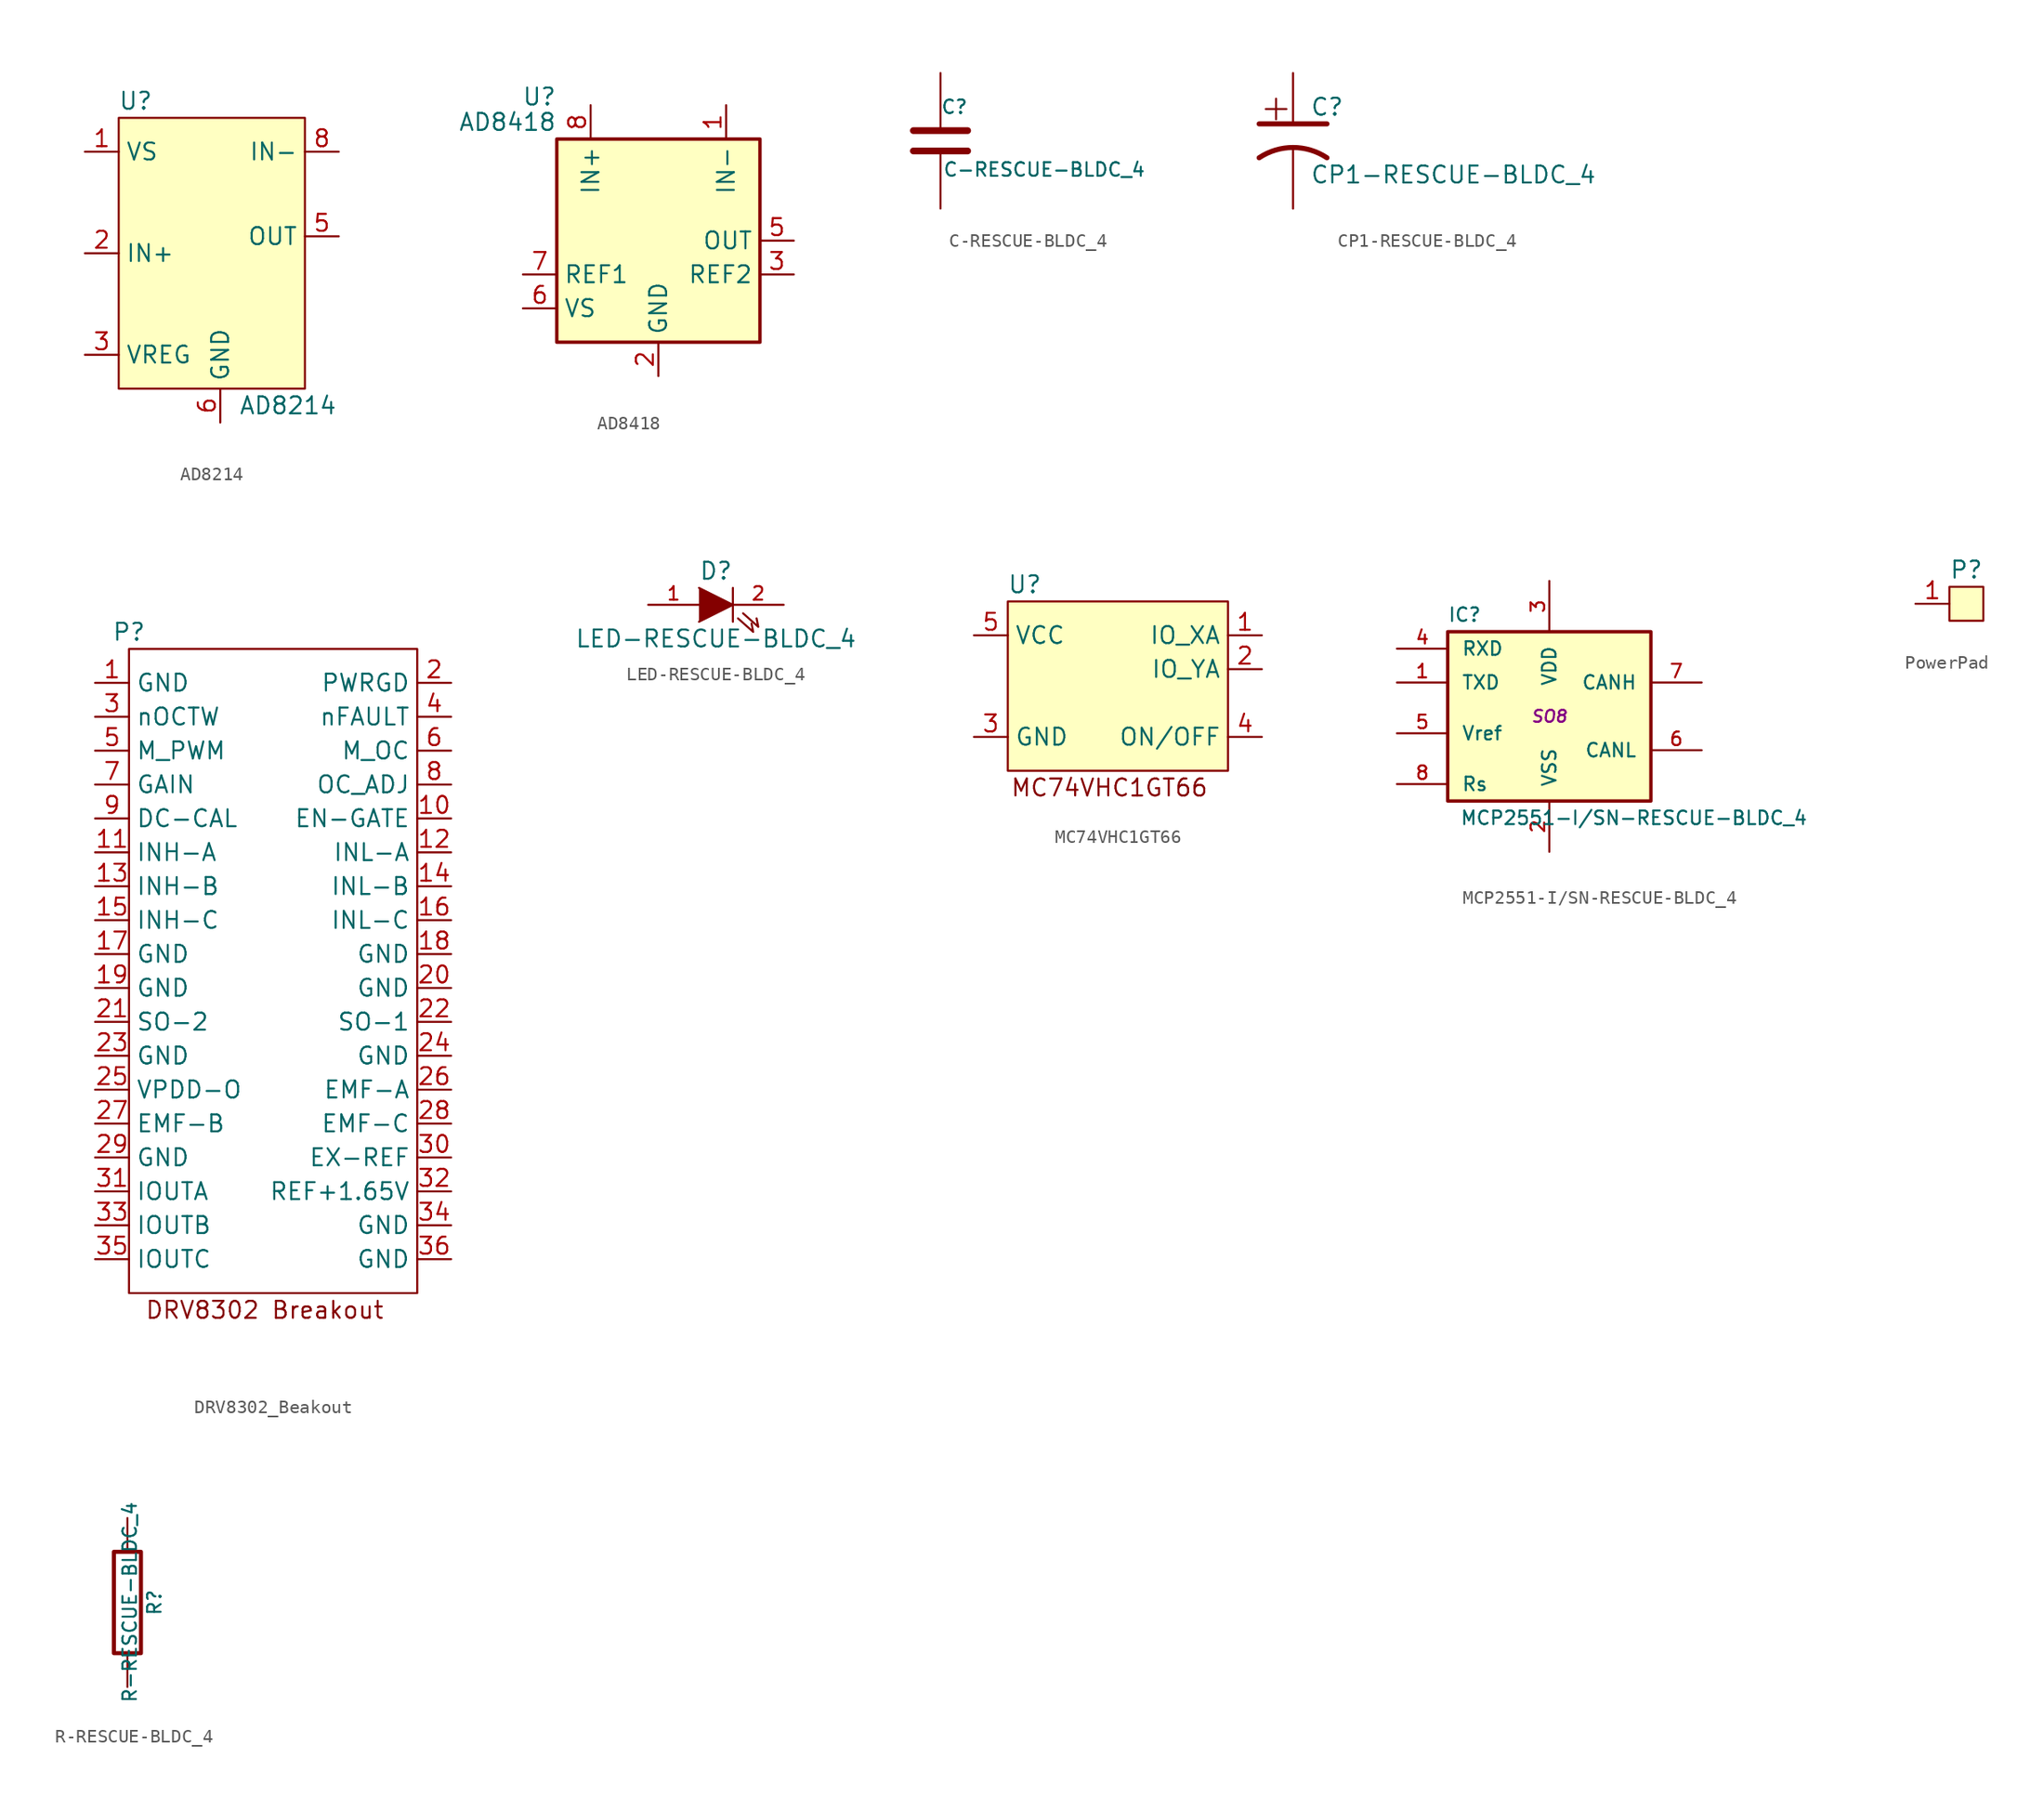
<source format=kicad_sym>
(kicad_symbol_lib
  (version 20220914)
  (generator kicad_symbol_editor)
  (symbol "AD8214"
    (property "Reference" "U"
      (at -5.08 11.43 0)
      (effects (font (size 1.27 1.27))))
    (property "Value" "AD8214"
      (at 6.35 -11.43 0)
      (effects (font (size 1.27 1.27))))
    (symbol "AD8214_1_1"
      (rectangle (start -6.35 10.16) (end 7.62 -10.16) (stroke (width 0) (type default)) (fill (type background)))
      (pin power_in line (at -8.89 7.62 0) (length 2.54) (name "VS" (effects (font (size 1.27 1.27)))) (number "1" (effects (font (size 1.27 1.27)))))
      (pin input line (at -8.89 0 0) (length 2.54) (name "IN+" (effects (font (size 1.27 1.27)))) (number "2" (effects (font (size 1.27 1.27)))))
      (pin input line (at -8.89 -7.62 0) (length 2.54) (name "VREG" (effects (font (size 1.27 1.27)))) (number "3" (effects (font (size 1.27 1.27)))))
      (pin no_connect line (at 10.16 -3.81 180) (length 2.54) hide (name "NC" (effects (font (size 1.27 1.27)))) (number "4" (effects (font (size 1.27 1.27)))))
      (pin input line (at 10.16 1.27 180) (length 2.54) (name "OUT" (effects (font (size 1.27 1.27)))) (number "5" (effects (font (size 1.27 1.27)))))
      (pin power_out line (at 1.27 -12.7 90) (length 2.54) (name "GND" (effects (font (size 1.27 1.27)))) (number "6" (effects (font (size 1.27 1.27)))))
      (pin no_connect line (at 10.16 -6.35 180) (length 2.54) hide (name "NC" (effects (font (size 1.27 1.27)))) (number "7" (effects (font (size 1.27 1.27)))))
      (pin input line (at 10.16 7.62 180) (length 2.54) (name "IN-" (effects (font (size 1.27 1.27)))) (number "8" (effects (font (size 1.27 1.27)))))))
  (symbol "AD8418"
    (property "Reference" "U"
      (at -7.62 10.795 0)
      (effects (font (size 1.27 1.27)) (justify right)))
    (property "Value" "AD8418"
      (at -7.62 8.89 0)
      (effects (font (size 1.27 1.27)) (justify right)))
    (symbol "AD8418_0_1"
      (rectangle (start -7.62 7.62) (end 7.62 -7.62) (stroke (width 0.254) (type default)) (fill (type background))))
    (symbol "AD8418_1_1"
      (pin input line (at 5.08 10.16 270) (length 2.54) (name "IN-" (effects (font (size 1.27 1.27)))) (number "1" (effects (font (size 1.27 1.27)))))
      (pin power_in line (at 0 -10.16 90) (length 2.54) (name "GND" (effects (font (size 1.27 1.27)))) (number "2" (effects (font (size 1.27 1.27)))))
      (pin input line (at 10.16 -2.54 180) (length 2.54) (name "REF2" (effects (font (size 1.27 1.27)))) (number "3" (effects (font (size 1.27 1.27)))))
      (pin no_connect line (at 2.54 -7.62 90) (length 2.54) hide (name "NC" (effects (font (size 1.27 1.27)))) (number "4" (effects (font (size 1.27 1.27)))))
      (pin output line (at 10.16 0 180) (length 2.54) (name "OUT" (effects (font (size 1.27 1.27)))) (number "5" (effects (font (size 1.27 1.27)))))
      (pin power_in line (at -10.16 -5.08 0) (length 2.54) (name "VS" (effects (font (size 1.27 1.27)))) (number "6" (effects (font (size 1.27 1.27)))))
      (pin input line (at -10.16 -2.54 0) (length 2.54) (name "REF1" (effects (font (size 1.27 1.27)))) (number "7" (effects (font (size 1.27 1.27)))))
      (pin input line (at -5.08 10.16 270) (length 2.54) (name "IN+" (effects (font (size 1.27 1.27)))) (number "8" (effects (font (size 1.27 1.27)))))))
  (symbol "C-RESCUE-BLDC_4"
    (pin_numbers hide)
    (pin_names
      (offset 0.254))
    (property "Reference" "C"
      (at 0 2.54 0)
      (effects (font (size 1.016 1.016)) (justify left)))
    (property "Value" "C-RESCUE-BLDC_4"
      (at 0.152 -2.159 0)
      (effects (font (size 1.016 1.016)) (justify left)))
    (property "Footprint" ""
      (at 0.965 -3.81 0)
      (effects (font (size 0.762 0.762))))
    (property "Datasheet" ""
      (at 0 0 0)
      (effects (font (size 1.524 1.524))))
    (symbol "C-RESCUE-BLDC_4_0_1"
      (polyline (pts (xy -2.032 -0.762) (xy 2.032 -0.762)) (stroke (width 0.508) (type solid)) (fill (type none)))
      (polyline (pts (xy -2.032 0.762) (xy 2.032 0.762)) (stroke (width 0.508) (type solid)) (fill (type none))))
    (symbol "C-RESCUE-BLDC_4_1_1"
      (pin passive line (at 0 5.08 270) (length 4.318) (name "~" (effects (font (size 1.016 1.016)))) (number "1" (effects (font (size 1.016 1.016)))))
      (pin passive line (at 0 -5.08 90) (length 4.318) (name "~" (effects (font (size 1.016 1.016)))) (number "2" (effects (font (size 1.016 1.016)))))))
  (symbol "CP1-RESCUE-BLDC_4"
    (pin_numbers hide)
    (pin_names
      (offset 0.254) hide)
    (property "Reference" "C"
      (at 1.27 2.54 0)
      (effects (font (size 1.27 1.27)) (justify left)))
    (property "Value" "CP1-RESCUE-BLDC_4"
      (at 1.27 -2.54 0)
      (effects (font (size 1.27 1.27)) (justify left)))
    (property "Footprint" ""
      (at 0 0 0)
      (effects (font (size 1.524 1.524))))
    (property "Datasheet" ""
      (at 0 0 0)
      (effects (font (size 1.524 1.524))))
    (symbol "CP1-RESCUE-BLDC_4_0_0"
      (text "+" (at -1.27 2.54 0) (effects (font (size 2.032 2.032)))))
    (symbol "CP1-RESCUE-BLDC_4_0_1"
      (polyline (pts (xy -2.54 1.27) (xy 2.54 1.27) (xy 1.27 1.27) (xy 1.27 1.27)) (stroke (width 0.381) (type solid)) (fill (type none)))
      (arc (start 2.54 -1.27) (mid 0 -0.5009) (end -2.54 -1.27) (stroke (width 0.381) (type solid)) (fill (type none))))
    (symbol "CP1-RESCUE-BLDC_4_1_1"
      (pin passive line (at 0 5.08 270) (length 3.81) (name "~" (effects (font (size 1.016 1.016)))) (number "1" (effects (font (size 1.016 1.016)))))
      (pin passive line (at 0 -5.08 90) (length 4.572) (name "~" (effects (font (size 1.016 1.016)))) (number "2" (effects (font (size 1.016 1.016)))))))
  (symbol "DRV8302_Beakout"
    (property "Reference" "P"
      (at -10.16 25.4 0)
      (effects (font (size 1.27 1.27))))
    (property "Value" ""
      (at -10.16 0 0)
      (effects (font (size 1.27 1.27))))
    (symbol "DRV8302_Beakout_0_1"
      (rectangle (start -10.16 24.13) (end 11.43 -24.13) (stroke (width 0) (type default)) (fill (type none))))
    (symbol "DRV8302_Beakout_1_0"
      (pin bidirectional line (at 13.97 11.43 180) (length 2.54) (name "EN-GATE" (effects (font (size 1.27 1.27)))) (number "10" (effects (font (size 1.27 1.27)))))
      (pin bidirectional line (at -12.7 8.89 0) (length 2.54) (name "INH-A" (effects (font (size 1.27 1.27)))) (number "11" (effects (font (size 1.27 1.27)))))
      (pin bidirectional line (at 13.97 8.89 180) (length 2.54) (name "INL-A" (effects (font (size 1.27 1.27)))) (number "12" (effects (font (size 1.27 1.27)))))
      (pin bidirectional line (at -12.7 6.35 0) (length 2.54) (name "INH-B" (effects (font (size 1.27 1.27)))) (number "13" (effects (font (size 1.27 1.27)))))
      (pin bidirectional line (at 13.97 6.35 180) (length 2.54) (name "INL-B" (effects (font (size 1.27 1.27)))) (number "14" (effects (font (size 1.27 1.27)))))
      (pin bidirectional line (at -12.7 3.81 0) (length 2.54) (name "INH-C" (effects (font (size 1.27 1.27)))) (number "15" (effects (font (size 1.27 1.27)))))
      (pin bidirectional line (at 13.97 3.81 180) (length 2.54) (name "INL-C" (effects (font (size 1.27 1.27)))) (number "16" (effects (font (size 1.27 1.27)))))
      (pin bidirectional line (at -12.7 1.27 0) (length 2.54) (name "GND" (effects (font (size 1.27 1.27)))) (number "17" (effects (font (size 1.27 1.27)))))
      (pin bidirectional line (at 13.97 1.27 180) (length 2.54) (name "GND" (effects (font (size 1.27 1.27)))) (number "18" (effects (font (size 1.27 1.27)))))
      (pin bidirectional line (at -12.7 -1.27 0) (length 2.54) (name "GND" (effects (font (size 1.27 1.27)))) (number "19" (effects (font (size 1.27 1.27)))))
      (pin bidirectional line (at 13.97 -1.27 180) (length 2.54) (name "GND" (effects (font (size 1.27 1.27)))) (number "20" (effects (font (size 1.27 1.27)))))
      (pin bidirectional line (at -12.7 -3.81 0) (length 2.54) (name "SO-2" (effects (font (size 1.27 1.27)))) (number "21" (effects (font (size 1.27 1.27)))))
      (pin bidirectional line (at 13.97 -3.81 180) (length 2.54) (name "SO-1" (effects (font (size 1.27 1.27)))) (number "22" (effects (font (size 1.27 1.27)))))
      (pin bidirectional line (at -12.7 -6.35 0) (length 2.54) (name "GND" (effects (font (size 1.27 1.27)))) (number "23" (effects (font (size 1.27 1.27)))))
      (pin bidirectional line (at 13.97 -6.35 180) (length 2.54) (name "GND" (effects (font (size 1.27 1.27)))) (number "24" (effects (font (size 1.27 1.27)))))
      (pin bidirectional line (at -12.7 -8.89 0) (length 2.54) (name "VPDD-O" (effects (font (size 1.27 1.27)))) (number "25" (effects (font (size 1.27 1.27)))))
      (pin bidirectional line (at 13.97 -8.89 180) (length 2.54) (name "EMF-A" (effects (font (size 1.27 1.27)))) (number "26" (effects (font (size 1.27 1.27)))))
      (pin bidirectional line (at -12.7 -11.43 0) (length 2.54) (name "EMF-B" (effects (font (size 1.27 1.27)))) (number "27" (effects (font (size 1.27 1.27)))))
      (pin bidirectional line (at 13.97 -11.43 180) (length 2.54) (name "EMF-C" (effects (font (size 1.27 1.27)))) (number "28" (effects (font (size 1.27 1.27)))))
      (pin bidirectional line (at -12.7 -13.97 0) (length 2.54) (name "GND" (effects (font (size 1.27 1.27)))) (number "29" (effects (font (size 1.27 1.27)))))
      (pin bidirectional line (at 13.97 -13.97 180) (length 2.54) (name "EX-REF" (effects (font (size 1.27 1.27)))) (number "30" (effects (font (size 1.27 1.27)))))
      (pin bidirectional line (at -12.7 -16.51 0) (length 2.54) (name "IOUTA" (effects (font (size 1.27 1.27)))) (number "31" (effects (font (size 1.27 1.27)))))
      (pin bidirectional line (at 13.97 -16.51 180) (length 2.54) (name "REF+1.65V" (effects (font (size 1.27 1.27)))) (number "32" (effects (font (size 1.27 1.27)))))
      (pin bidirectional line (at -12.7 -19.05 0) (length 2.54) (name "IOUTB" (effects (font (size 1.27 1.27)))) (number "33" (effects (font (size 1.27 1.27)))))
      (pin bidirectional line (at 13.97 -19.05 180) (length 2.54) (name "GND" (effects (font (size 1.27 1.27)))) (number "34" (effects (font (size 1.27 1.27)))))
      (pin bidirectional line (at -12.7 -21.59 0) (length 2.54) (name "IOUTC" (effects (font (size 1.27 1.27)))) (number "35" (effects (font (size 1.27 1.27)))))
      (pin bidirectional line (at 13.97 -21.59 180) (length 2.54) (name "GND" (effects (font (size 1.27 1.27)))) (number "36" (effects (font (size 1.27 1.27)))))
      (pin bidirectional line (at 13.97 16.51 180) (length 2.54) (name "M_OC" (effects (font (size 1.27 1.27)))) (number "6" (effects (font (size 1.27 1.27)))))
      (pin bidirectional line (at -12.7 13.97 0) (length 2.54) (name "GAIN" (effects (font (size 1.27 1.27)))) (number "7" (effects (font (size 1.27 1.27)))))
      (pin bidirectional line (at 13.97 13.97 180) (length 2.54) (name "OC_ADJ" (effects (font (size 1.27 1.27)))) (number "8" (effects (font (size 1.27 1.27)))))
      (pin bidirectional line (at -12.7 11.43 0) (length 2.54) (name "DC-CAL" (effects (font (size 1.27 1.27)))) (number "9" (effects (font (size 1.27 1.27))))))
    (symbol "DRV8302_Beakout_1_1"
      (text "DRV8302 Breakout" (at 0 -25.4 0) (effects (font (size 1.27 1.27))))
      (pin bidirectional line (at -12.7 21.59 0) (length 2.54) (name "GND" (effects (font (size 1.27 1.27)))) (number "1" (effects (font (size 1.27 1.27)))))
      (pin bidirectional line (at 13.97 21.59 180) (length 2.54) (name "PWRGD" (effects (font (size 1.27 1.27)))) (number "2" (effects (font (size 1.27 1.27)))))
      (pin bidirectional line (at -12.7 19.05 0) (length 2.54) (name "nOCTW" (effects (font (size 1.27 1.27)))) (number "3" (effects (font (size 1.27 1.27)))))
      (pin bidirectional line (at 13.97 19.05 180) (length 2.54) (name "nFAULT" (effects (font (size 1.27 1.27)))) (number "4" (effects (font (size 1.27 1.27)))))
      (pin bidirectional line (at -12.7 16.51 0) (length 2.54) (name "M_PWM" (effects (font (size 1.27 1.27)))) (number "5" (effects (font (size 1.27 1.27)))))))
  (symbol "LED-RESCUE-BLDC_4"
    (pin_names
      (offset 1.016) hide)
    (property "Reference" "D"
      (at 0 2.54 0)
      (effects (font (size 1.27 1.27))))
    (property "Value" "LED-RESCUE-BLDC_4"
      (at 0 -2.54 0)
      (effects (font (size 1.27 1.27))))
    (property "Footprint" ""
      (at 0 0 0)
      (effects (font (size 1.524 1.524))))
    (property "Datasheet" ""
      (at 0 0 0)
      (effects (font (size 1.524 1.524))))
    (symbol "LED-RESCUE-BLDC_4_0_1"
      (polyline (pts (xy 1.27 1.27) (xy 1.27 -1.27)) (stroke (width 0) (type solid)) (fill (type none)))
      (polyline (pts (xy -1.27 1.27) (xy 1.27 0) (xy -1.27 -1.27)) (stroke (width 0) (type solid)) (fill (type outline)))
      (polyline (pts (xy 1.651 -1.016) (xy 2.794 -2.032) (xy 2.667 -1.397)) (stroke (width 0) (type solid)) (fill (type none)))
      (polyline (pts (xy 2.032 -0.635) (xy 3.175 -1.651) (xy 3.048 -1.016)) (stroke (width 0) (type solid)) (fill (type none))))
    (symbol "LED-RESCUE-BLDC_4_1_1"
      (pin passive line (at -5.08 0 0) (length 3.81) (name "A" (effects (font (size 1.016 1.016)))) (number "1" (effects (font (size 1.016 1.016)))))
      (pin passive line (at 5.08 0 180) (length 3.81) (name "K" (effects (font (size 1.016 1.016)))) (number "2" (effects (font (size 1.016 1.016)))))))
  (symbol "MC74VHC1GT66"
    (property "Reference" "U"
      (at -6.35 7.62 0)
      (effects (font (size 1.27 1.27))))
    (property "Value" ""
      (at 0 0 0)
      (effects (font (size 1.27 1.27))))
    (symbol "MC74VHC1GT66_1_1"
      (rectangle (start -7.62 6.35) (end 8.89 -6.35) (stroke (width 0) (type default)) (fill (type background)))
      (text "MC74VHC1GT66" (at 0 -7.62 0) (effects (font (size 1.27 1.27))))
      (pin bidirectional line (at 11.43 3.81 180) (length 2.54) (name "IO_XA" (effects (font (size 1.27 1.27)))) (number "1" (effects (font (size 1.27 1.27)))))
      (pin bidirectional line (at 11.43 1.27 180) (length 2.54) (name "IO_YA" (effects (font (size 1.27 1.27)))) (number "2" (effects (font (size 1.27 1.27)))))
      (pin power_out line (at -10.16 -3.81 0) (length 2.54) (name "GND" (effects (font (size 1.27 1.27)))) (number "3" (effects (font (size 1.27 1.27)))))
      (pin input line (at 11.43 -3.81 180) (length 2.54) (name "ON/OFF" (effects (font (size 1.27 1.27)))) (number "4" (effects (font (size 1.27 1.27)))))
      (pin power_in line (at -10.16 3.81 0) (length 2.54) (name "VCC" (effects (font (size 1.27 1.27)))) (number "5" (effects (font (size 1.27 1.27)))))))
  (symbol "MCP2551-I/SN-RESCUE-BLDC_4"
    (pin_names
      (offset 1.016))
    (property "Reference" "IC"
      (at -6.35 7.62 0)
      (effects (font (size 1.016 1.016))))
    (property "Value" "MCP2551-I/SN-RESCUE-BLDC_4"
      (at 6.35 -7.62 0)
      (effects (font (size 1.016 1.016))))
    (property "Footprint" "SO8"
      (at 0 0 0)
      (effects (font (size 0.889 0.889) italic)))
    (property "Datasheet" ""
      (at 0 0 0)
      (effects (font (size 1.524 1.524))))
    (symbol "MCP2551-I/SN-RESCUE-BLDC_4_0_1"
      (rectangle (start -7.62 6.35) (end 7.62 -6.35) (stroke (width 0.254) (type solid)) (fill (type background))))
    (symbol "MCP2551-I/SN-RESCUE-BLDC_4_1_1"
      (pin input line (at -11.43 2.54 0) (length 3.81) (name "TXD" (effects (font (size 1.016 1.016)))) (number "1" (effects (font (size 1.016 1.016)))))
      (pin power_in line (at 0 -10.16 90) (length 3.81) (name "VSS" (effects (font (size 1.016 1.016)))) (number "2" (effects (font (size 1.016 1.016)))))
      (pin power_in line (at 0 10.16 270) (length 3.81) (name "VDD" (effects (font (size 1.016 1.016)))) (number "3" (effects (font (size 1.016 1.016)))))
      (pin output line (at -11.43 5.08 0) (length 3.81) (name "RXD" (effects (font (size 1.016 1.016)))) (number "4" (effects (font (size 1.016 1.016)))))
      (pin input line (at -11.43 -1.27 0) (length 3.81) (name "Vref" (effects (font (size 1.016 1.016)))) (number "5" (effects (font (size 1.016 1.016)))))
      (pin bidirectional line (at 11.43 -2.54 180) (length 3.81) (name "CANL" (effects (font (size 1.016 1.016)))) (number "6" (effects (font (size 1.016 1.016)))))
      (pin bidirectional line (at 11.43 2.54 180) (length 3.81) (name "CANH" (effects (font (size 1.016 1.016)))) (number "7" (effects (font (size 1.016 1.016)))))
      (pin input line (at -11.43 -5.08 0) (length 3.81) (name "Rs" (effects (font (size 1.016 1.016)))) (number "8" (effects (font (size 1.016 1.016)))))))
  (symbol "PowerPad"
    (property "Reference" "P"
      (at 0 2.54 0)
      (effects (font (size 1.27 1.27))))
    (property "Value" ""
      (at -3.81 -2.54 0)
      (effects (font (size 1.27 1.27))))
    (symbol "PowerPad_1_1"
      (rectangle (start -1.27 1.27) (end 1.27 -1.27) (stroke (width 0) (type default)) (fill (type background)))
      (pin bidirectional line (at -3.81 0 0) (length 2.54) (name "" (effects (font (size 1.27 1.27)))) (number "1" (effects (font (size 1.27 1.27)))))))
  (symbol "R-RESCUE-BLDC_4"
    (pin_numbers hide)
    (pin_names
      (offset 0))
    (property "Reference" "R"
      (at 2.032 0 90)
      (effects (font (size 1.016 1.016))))
    (property "Value" "R-RESCUE-BLDC_4"
      (at 0.178 0.025 90)
      (effects (font (size 1.016 1.016))))
    (property "Footprint" ""
      (at -1.778 0 90)
      (effects (font (size 0.762 0.762))))
    (property "Datasheet" ""
      (at 0 0 0)
      (effects (font (size 0.762 0.762))))
    (symbol "R-RESCUE-BLDC_4_0_1"
      (rectangle (start -1.016 3.81) (end 1.016 -3.81) (stroke (width 0.305) (type solid)) (fill (type none))))
    (symbol "R-RESCUE-BLDC_4_1_1"
      (pin passive line (at 0 6.35 270) (length 2.54) (name "~" (effects (font (size 1.524 1.524)))) (number "1" (effects (font (size 1.524 1.524)))))
      (pin passive line (at 0 -6.35 90) (length 2.54) (name "~" (effects (font (size 1.524 1.524)))) (number "2" (effects (font (size 1.524 1.524))))))))
</source>
